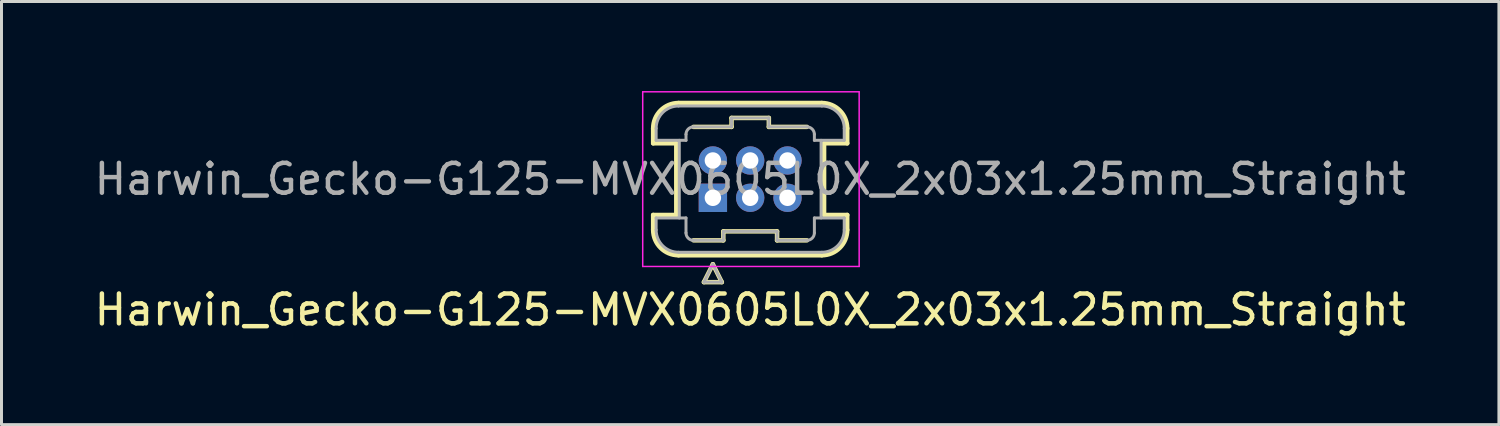
<source format=kicad_pcb>
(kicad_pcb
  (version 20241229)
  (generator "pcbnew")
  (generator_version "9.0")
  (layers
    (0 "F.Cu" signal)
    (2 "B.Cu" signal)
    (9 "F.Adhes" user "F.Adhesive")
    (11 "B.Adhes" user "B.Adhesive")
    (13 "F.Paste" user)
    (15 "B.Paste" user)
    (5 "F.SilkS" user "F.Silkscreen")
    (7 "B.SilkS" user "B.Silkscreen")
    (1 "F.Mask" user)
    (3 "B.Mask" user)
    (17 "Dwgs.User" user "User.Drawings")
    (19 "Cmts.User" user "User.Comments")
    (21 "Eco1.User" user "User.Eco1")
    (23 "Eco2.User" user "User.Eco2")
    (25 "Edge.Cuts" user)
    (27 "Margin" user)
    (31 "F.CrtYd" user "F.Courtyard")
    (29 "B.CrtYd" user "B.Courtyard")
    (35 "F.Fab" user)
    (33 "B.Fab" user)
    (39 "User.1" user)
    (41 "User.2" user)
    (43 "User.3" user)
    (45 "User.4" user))
  (footprint "Harwin_Gecko-G125-MVX0605L0X_2x03x1.25mm_Straight"
    (layer "F.Cu")
    (at 20.827 3.575)
    (property "Reference" "Harwin_Gecko-G125-MVX0605L0X_2x03x1.25mm_Straight" (at 1.25 3.75 0) (layer "F.SilkS") (effects (font (size 1 1) (thickness 0.15))))
    (attr through_hole)
    (fp_line (start -2 -1.825) (end -2 -2.325) (stroke (width 0.15) (type solid)) (layer "F.SilkS"))
    (fp_line (start -2 -1.825) (end -1.225 -1.825) (stroke (width 0.15) (type solid)) (layer "F.SilkS"))
    (fp_line (start -2 0.575) (end -1.225 0.575) (stroke (width 0.15) (type solid)) (layer "F.SilkS"))
    (fp_line (start -2 1.075) (end -2 0.575) (stroke (width 0.15) (type solid)) (layer "F.SilkS"))
    (fp_line (start -1.225 -1.825) (end -1.225 0.575) (stroke (width 0.15) (type solid)) (layer "F.SilkS"))
    (fp_line (start -1.15 -3.175) (end 3.65 -3.175) (stroke (width 0.15) (type solid)) (layer "F.SilkS"))
    (fp_line (start -1.15 1.925) (end 3.65 1.925) (stroke (width 0.15) (type solid)) (layer "F.SilkS"))
    (fp_line (start -0.65 -2.375) (end 0.625 -2.375) (stroke (width 0.15) (type solid)) (layer "F.SilkS"))
    (fp_line (start -0.65 1.425) (end 0.35 1.425) (stroke (width 0.15) (type solid)) (layer "F.SilkS"))
    (fp_line (start -0.3 2.825) (end 0.3 2.825) (stroke (width 0.15) (type solid)) (layer "F.SilkS"))
    (fp_line (start 0 2.225) (end -0.3 2.825) (stroke (width 0.15) (type solid)) (layer "F.SilkS"))
    (fp_line (start 0.3 2.825) (end 0 2.225) (stroke (width 0.15) (type solid)) (layer "F.SilkS"))
    (fp_line (start 0.35 1.125) (end 2.15 1.125) (stroke (width 0.15) (type solid)) (layer "F.SilkS"))
    (fp_line (start 0.35 1.425) (end 0.35 1.125) (stroke (width 0.15) (type solid)) (layer "F.SilkS"))
    (fp_line (start 0.625 -2.675) (end 1.875 -2.675) (stroke (width 0.15) (type solid)) (layer "F.SilkS"))
    (fp_line (start 0.625 -2.375) (end 0.625 -2.675) (stroke (width 0.15) (type solid)) (layer "F.SilkS"))
    (fp_line (start 1.875 -2.675) (end 1.875 -2.375) (stroke (width 0.15) (type solid)) (layer "F.SilkS"))
    (fp_line (start 1.875 -2.375) (end 3.15 -2.375) (stroke (width 0.15) (type solid)) (layer "F.SilkS"))
    (fp_line (start 2.15 1.125) (end 2.15 1.425) (stroke (width 0.15) (type solid)) (layer "F.SilkS"))
    (fp_line (start 2.15 1.425) (end 3.15 1.425) (stroke (width 0.15) (type solid)) (layer "F.SilkS"))
    (fp_line (start 3.725 -1.825) (end 3.725 0.575) (stroke (width 0.15) (type solid)) (layer "F.SilkS"))
    (fp_line (start 4.5 -2.325) (end 4.5 -1.825) (stroke (width 0.15) (type solid)) (layer "F.SilkS"))
    (fp_line (start 4.5 -1.825) (end 3.725 -1.825) (stroke (width 0.15) (type solid)) (layer "F.SilkS"))
    (fp_line (start 4.5 0.575) (end 3.725 0.575) (stroke (width 0.15) (type solid)) (layer "F.SilkS"))
    (fp_line (start 4.5 1.075) (end 4.5 0.575) (stroke (width 0.15) (type solid)) (layer "F.SilkS"))
    (fp_arc (start -2 -2.325) (mid -1.751041 -2.926041) (end -1.15 -3.175) (stroke (width 0.15) (type solid)) (layer "F.SilkS"))
    (fp_arc (start -1.15 1.925) (mid -1.751041 1.676041) (end -2 1.075) (stroke (width 0.15) (type solid)) (layer "F.SilkS"))
    (fp_arc (start 3.65 -3.175) (mid 4.251041 -2.926041) (end 4.5 -2.325) (stroke (width 0.15) (type solid)) (layer "F.SilkS"))
    (fp_arc (start 4.5 1.075) (mid 4.251041 1.676041) (end 3.65 1.925) (stroke (width 0.15) (type solid)) (layer "F.SilkS"))
    (fp_line (start -2.35 -3.55) (end -2.35 2.3) (stroke (width 0.05) (type solid)) (layer "F.CrtYd"))
    (fp_line (start -2.35 2.3) (end 4.9 2.3) (stroke (width 0.05) (type solid)) (layer "F.CrtYd"))
    (fp_line (start 4.9 -3.55) (end -2.35 -3.55) (stroke (width 0.05) (type solid)) (layer "F.CrtYd"))
    (fp_line (start 4.9 2.3) (end 4.9 -3.55) (stroke (width 0.05) (type solid)) (layer "F.CrtYd"))
    (fp_line (start -1.9 -2.325) (end -1.9 -1.925) (stroke (width 0.1) (type solid)) (layer "F.Fab"))
    (fp_line (start -1.9 -1.925) (end -0.9 -1.925) (stroke (width 0.1) (type solid)) (layer "F.Fab"))
    (fp_line (start -1.9 0.675) (end -0.9 0.675) (stroke (width 0.1) (type solid)) (layer "F.Fab"))
    (fp_line (start -1.9 1.075) (end -1.9 0.675) (stroke (width 0.1) (type solid)) (layer "F.Fab"))
    (fp_line (start -1.15 -3.075) (end 3.65 -3.075) (stroke (width 0.1) (type solid)) (layer "F.Fab"))
    (fp_line (start -1.15 1.825) (end 3.65 1.825) (stroke (width 0.1) (type solid)) (layer "F.Fab"))
    (fp_line (start -1.125 -1.925) (end -1.125 0.675) (stroke (width 0.1) (type solid)) (layer "F.Fab"))
    (fp_line (start -0.9 -2.125) (end -0.9 -1.925) (stroke (width 0.1) (type solid)) (layer "F.Fab"))
    (fp_line (start -0.9 1.175) (end -0.9 0.675) (stroke (width 0.1) (type solid)) (layer "F.Fab"))
    (fp_line (start -0.65 -2.375) (end 0.625 -2.375) (stroke (width 0.1) (type solid)) (layer "F.Fab"))
    (fp_line (start -0.65 1.425) (end 0.35 1.425) (stroke (width 0.1) (type solid)) (layer "F.Fab"))
    (fp_line (start -0.3 2.825) (end 0.3 2.825) (stroke (width 0.1) (type solid)) (layer "F.Fab"))
    (fp_line (start 0 2.225) (end -0.3 2.825) (stroke (width 0.1) (type solid)) (layer "F.Fab"))
    (fp_line (start 0.3 2.825) (end 0 2.225) (stroke (width 0.1) (type solid)) (layer "F.Fab"))
    (fp_line (start 0.35 1.125) (end 2.15 1.125) (stroke (width 0.1) (type solid)) (layer "F.Fab"))
    (fp_line (start 0.35 1.425) (end 0.35 1.125) (stroke (width 0.1) (type solid)) (layer "F.Fab"))
    (fp_line (start 0.625 -2.675) (end 1.875 -2.675) (stroke (width 0.1) (type solid)) (layer "F.Fab"))
    (fp_line (start 0.625 -2.375) (end 0.625 -2.675) (stroke (width 0.1) (type solid)) (layer "F.Fab"))
    (fp_line (start 1.875 -2.675) (end 1.875 -2.375) (stroke (width 0.1) (type solid)) (layer "F.Fab"))
    (fp_line (start 1.875 -2.375) (end 3.15 -2.375) (stroke (width 0.1) (type solid)) (layer "F.Fab"))
    (fp_line (start 2.15 1.125) (end 2.15 1.425) (stroke (width 0.1) (type solid)) (layer "F.Fab"))
    (fp_line (start 2.15 1.425) (end 3.15 1.425) (stroke (width 0.1) (type solid)) (layer "F.Fab"))
    (fp_line (start 3.4 -2.125) (end 3.4 -1.925) (stroke (width 0.1) (type solid)) (layer "F.Fab"))
    (fp_line (start 3.4 1.175) (end 3.4 0.675) (stroke (width 0.1) (type solid)) (layer "F.Fab"))
    (fp_line (start 3.625 -1.925) (end 3.625 0.675) (stroke (width 0.1) (type solid)) (layer "F.Fab"))
    (fp_line (start 4.4 -2.325) (end 4.4 -1.925) (stroke (width 0.1) (type solid)) (layer "F.Fab"))
    (fp_line (start 4.4 -1.925) (end 3.4 -1.925) (stroke (width 0.1) (type solid)) (layer "F.Fab"))
    (fp_line (start 4.4 0.675) (end 3.4 0.675) (stroke (width 0.1) (type solid)) (layer "F.Fab"))
    (fp_line (start 4.4 1.075) (end 4.4 0.675) (stroke (width 0.1) (type solid)) (layer "F.Fab"))
    (fp_arc (start -1.9 -2.325) (mid -1.68033 -2.85533) (end -1.15 -3.075) (stroke (width 0.1) (type solid)) (layer "F.Fab"))
    (fp_arc (start -1.15 1.825) (mid -1.68033 1.60533) (end -1.9 1.075) (stroke (width 0.1) (type solid)) (layer "F.Fab"))
    (fp_arc (start -0.9 -2.125) (mid -0.826777 -2.301777) (end -0.65 -2.375) (stroke (width 0.1) (type solid)) (layer "F.Fab"))
    (fp_arc (start -0.65 1.425) (mid -0.826777 1.351777) (end -0.9 1.175) (stroke (width 0.1) (type solid)) (layer "F.Fab"))
    (fp_arc (start 3.15 -2.375) (mid 3.326777 -2.301777) (end 3.4 -2.125) (stroke (width 0.1) (type solid)) (layer "F.Fab"))
    (fp_arc (start 3.4 1.175) (mid 3.326777 1.351777) (end 3.15 1.425) (stroke (width 0.1) (type solid)) (layer "F.Fab"))
    (fp_arc (start 3.65 -3.075) (mid 4.18033 -2.85533) (end 4.4 -2.325) (stroke (width 0.1) (type solid)) (layer "F.Fab"))
    (fp_arc (start 4.4 1.075) (mid 4.18033 1.60533) (end 3.65 1.825) (stroke (width 0.1) (type solid)) (layer "F.Fab"))
    (fp_text user "${REFERENCE}" (at 1.25 -0.625 0) (layer "F.Fab") (effects (font (size 1 1) (thickness 0.15))))
    (pad "1" thru_hole rect (at 0 0) (size 0.95 0.95) (drill 0.55) (layers "*.Cu" "*.Mask"))
    (pad "2" thru_hole circle (at 1.25 0) (size 0.95 0.95) (drill 0.55) (layers "*.Cu" "*.Mask"))
    (pad "3" thru_hole circle (at 2.5 0) (size 0.95 0.95) (drill 0.55) (layers "*.Cu" "*.Mask"))
    (pad "4" thru_hole circle (at 0 -1.25) (size 0.95 0.95) (drill 0.55) (layers "*.Cu" "*.Mask"))
    (pad "5" thru_hole circle (at 1.25 -1.25) (size 0.95 0.95) (drill 0.55) (layers "*.Cu" "*.Mask"))
    (pad "6" thru_hole circle (at 2.5 -1.25) (size 0.95 0.95) (drill 0.55) (layers "*.Cu" "*.Mask")))
  (gr_rect
    (start -3 -3)
    (end 47.155 11.173)
    (stroke (width 0.1) (type default))
    (fill no)
    (layer "Edge.Cuts")))
</source>
